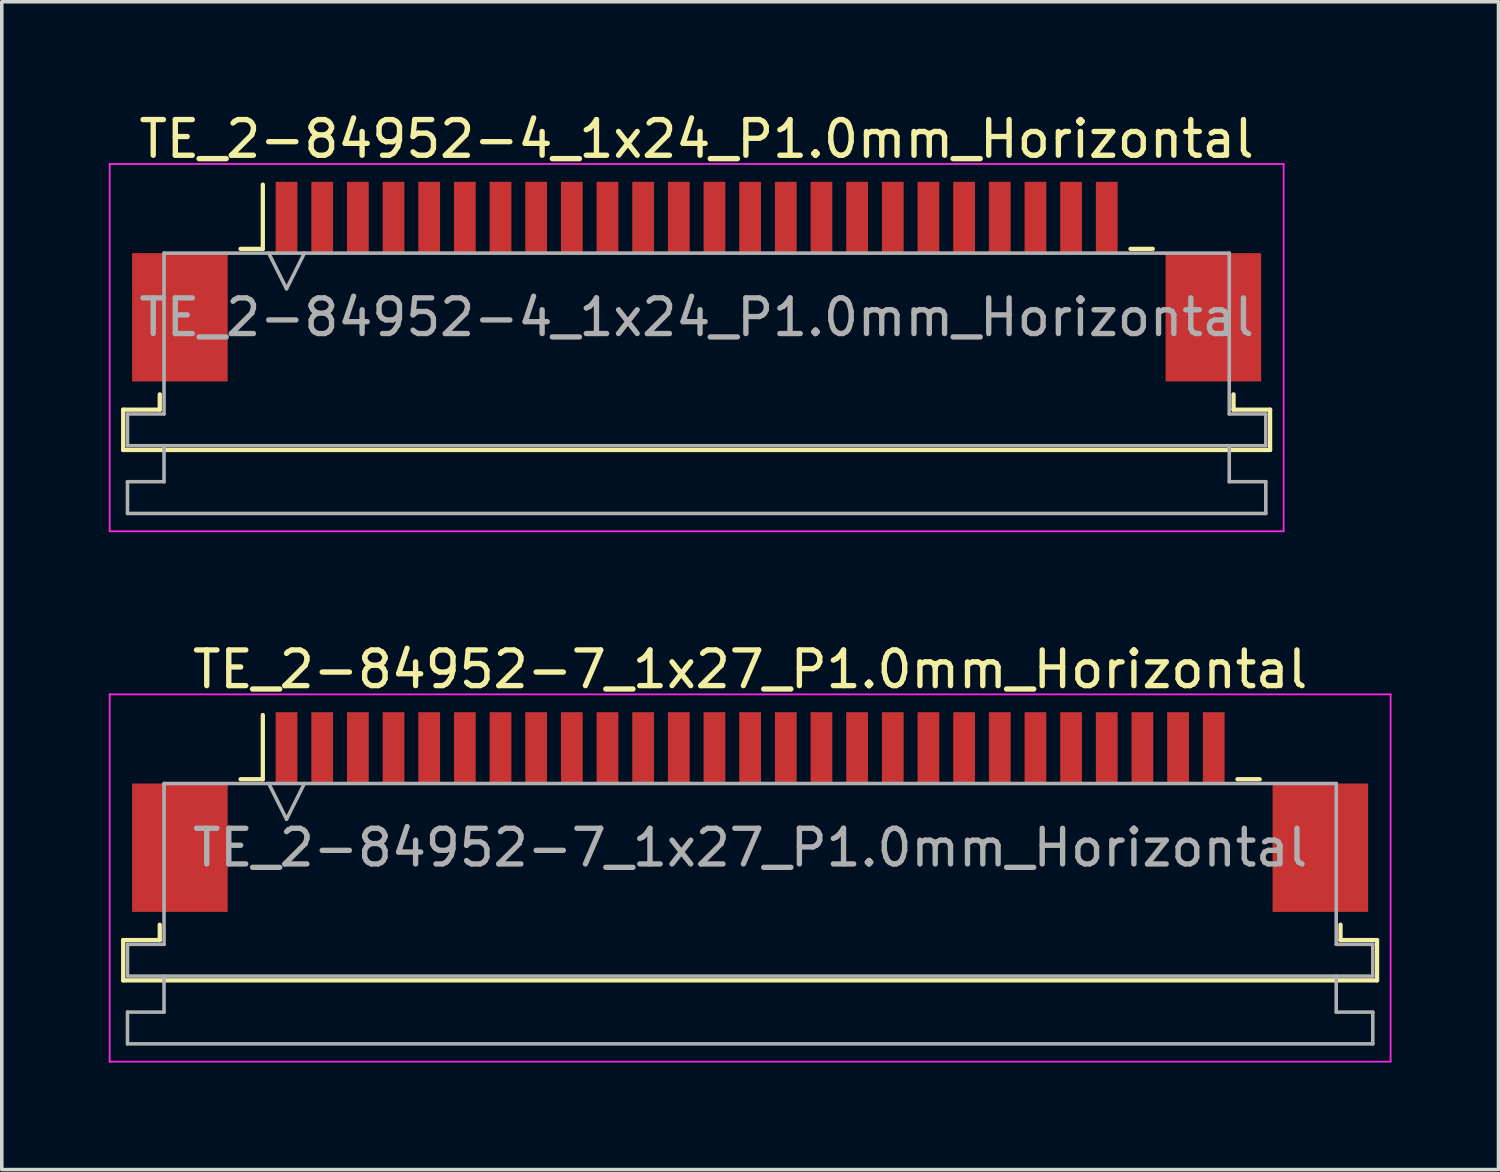
<source format=kicad_pcb>
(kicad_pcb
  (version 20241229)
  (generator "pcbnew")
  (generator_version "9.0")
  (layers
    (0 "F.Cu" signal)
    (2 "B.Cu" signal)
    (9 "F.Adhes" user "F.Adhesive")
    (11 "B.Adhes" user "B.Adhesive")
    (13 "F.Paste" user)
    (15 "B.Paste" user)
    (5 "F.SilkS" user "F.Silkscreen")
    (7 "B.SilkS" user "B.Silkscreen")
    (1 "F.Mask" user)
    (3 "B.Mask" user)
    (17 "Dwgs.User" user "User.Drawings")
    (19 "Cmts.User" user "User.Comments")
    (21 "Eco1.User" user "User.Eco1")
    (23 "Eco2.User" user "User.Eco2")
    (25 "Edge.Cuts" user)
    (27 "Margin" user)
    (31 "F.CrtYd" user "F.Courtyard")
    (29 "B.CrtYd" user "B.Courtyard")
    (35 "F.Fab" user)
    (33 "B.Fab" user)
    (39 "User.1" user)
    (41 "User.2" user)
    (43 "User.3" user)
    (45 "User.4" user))
  (footprint "TE_2-84952-7_1x27_P1.0mm_Horizontal"
    (layer "F.Cu")
    (at 17.985 19.721)
    (property "Reference" "TE_2-84952-7_1x27_P1.0mm_Horizontal" (at 0 -4 0) (layer "F.SilkS") (effects (font (size 1 1) (thickness 0.15))))
    (attr smd)
    (fp_line (start -17.58 3.59) (end -16.555 3.59) (stroke (width 0.12) (type solid)) (layer "F.SilkS"))
    (fp_line (start -17.58 4.72) (end -17.58 3.59) (stroke (width 0.12) (type solid)) (layer "F.SilkS"))
    (fp_line (start -16.555 3.59) (end -16.555 3.16) (stroke (width 0.12) (type solid)) (layer "F.SilkS"))
    (fp_line (start -14.29 -0.92) (end -13.665 -0.92) (stroke (width 0.12) (type solid)) (layer "F.SilkS"))
    (fp_line (start -13.665 -0.92) (end -13.665 -2.72) (stroke (width 0.12) (type solid)) (layer "F.SilkS"))
    (fp_line (start 13.665 -0.92) (end 14.29 -0.92) (stroke (width 0.12) (type solid)) (layer "F.SilkS"))
    (fp_line (start 16.555 3.16) (end 16.555 3.59) (stroke (width 0.12) (type solid)) (layer "F.SilkS"))
    (fp_line (start 16.555 3.59) (end 17.58 3.59) (stroke (width 0.12) (type solid)) (layer "F.SilkS"))
    (fp_line (start 17.58 3.59) (end 17.58 4.72) (stroke (width 0.12) (type solid)) (layer "F.SilkS"))
    (fp_line (start 17.58 4.72) (end -17.58 4.72) (stroke (width 0.12) (type solid)) (layer "F.SilkS"))
    (fp_line (start -17.96 -3.3) (end -17.96 7) (stroke (width 0.05) (type solid)) (layer "F.CrtYd"))
    (fp_line (start -17.96 7) (end 17.96 7) (stroke (width 0.05) (type solid)) (layer "F.CrtYd"))
    (fp_line (start 17.96 -3.3) (end -17.96 -3.3) (stroke (width 0.05) (type solid)) (layer "F.CrtYd"))
    (fp_line (start 17.96 7) (end 17.96 -3.3) (stroke (width 0.05) (type solid)) (layer "F.CrtYd"))
    (fp_line (start -17.46 3.71) (end -16.435 3.71) (stroke (width 0.1) (type solid)) (layer "F.Fab"))
    (fp_line (start -17.46 4.6) (end -17.46 3.71) (stroke (width 0.1) (type solid)) (layer "F.Fab"))
    (fp_line (start -17.46 5.61) (end -16.435 5.61) (stroke (width 0.1) (type solid)) (layer "F.Fab"))
    (fp_line (start -17.46 6.5) (end -17.46 5.61) (stroke (width 0.1) (type solid)) (layer "F.Fab"))
    (fp_line (start -16.435 -0.8) (end 16.435 -0.8) (stroke (width 0.1) (type solid)) (layer "F.Fab"))
    (fp_line (start -16.435 3.71) (end -16.435 -0.8) (stroke (width 0.1) (type solid)) (layer "F.Fab"))
    (fp_line (start -16.435 5.61) (end -16.435 4.6) (stroke (width 0.1) (type solid)) (layer "F.Fab"))
    (fp_line (start -13.5 -0.8) (end -13 0.2) (stroke (width 0.1) (type solid)) (layer "F.Fab"))
    (fp_line (start -13 0.2) (end -12.5 -0.8) (stroke (width 0.1) (type solid)) (layer "F.Fab"))
    (fp_line (start 16.435 -0.8) (end 16.435 3.71) (stroke (width 0.1) (type solid)) (layer "F.Fab"))
    (fp_line (start 16.435 3.71) (end 17.46 3.71) (stroke (width 0.1) (type solid)) (layer "F.Fab"))
    (fp_line (start 16.435 4.6) (end 16.435 5.61) (stroke (width 0.1) (type solid)) (layer "F.Fab"))
    (fp_line (start 16.435 5.61) (end 17.46 5.61) (stroke (width 0.1) (type solid)) (layer "F.Fab"))
    (fp_line (start 17.46 3.71) (end 17.46 4.6) (stroke (width 0.1) (type solid)) (layer "F.Fab"))
    (fp_line (start 17.46 4.6) (end -17.46 4.6) (stroke (width 0.1) (type solid)) (layer "F.Fab"))
    (fp_line (start 17.46 5.61) (end 17.46 6.5) (stroke (width 0.1) (type solid)) (layer "F.Fab"))
    (fp_line (start 17.46 6.5) (end -17.46 6.5) (stroke (width 0.1) (type solid)) (layer "F.Fab"))
    (fp_text user "${REFERENCE}" (at 0 1 0) (layer "F.Fab") (effects (font (size 1 1) (thickness 0.15))))
    (pad "" smd rect (at -15.99 1) (size 2.68 3.6) (layers "F.Cu" "F.Mask" "F.Paste"))
    (pad "" smd rect (at 15.99 1) (size 2.68 3.6) (layers "F.Cu" "F.Mask" "F.Paste"))
    (pad "1" smd rect (at -13 -1.8) (size 0.61 2) (layers "F.Cu" "F.Mask" "F.Paste"))
    (pad "2" smd rect (at -12 -1.8) (size 0.61 2) (layers "F.Cu" "F.Mask" "F.Paste"))
    (pad "3" smd rect (at -11 -1.8) (size 0.61 2) (layers "F.Cu" "F.Mask" "F.Paste"))
    (pad "4" smd rect (at -10 -1.8) (size 0.61 2) (layers "F.Cu" "F.Mask" "F.Paste"))
    (pad "5" smd rect (at -9 -1.8) (size 0.61 2) (layers "F.Cu" "F.Mask" "F.Paste"))
    (pad "6" smd rect (at -8 -1.8) (size 0.61 2) (layers "F.Cu" "F.Mask" "F.Paste"))
    (pad "7" smd rect (at -7 -1.8) (size 0.61 2) (layers "F.Cu" "F.Mask" "F.Paste"))
    (pad "8" smd rect (at -6 -1.8) (size 0.61 2) (layers "F.Cu" "F.Mask" "F.Paste"))
    (pad "9" smd rect (at -5 -1.8) (size 0.61 2) (layers "F.Cu" "F.Mask" "F.Paste"))
    (pad "10" smd rect (at -4 -1.8) (size 0.61 2) (layers "F.Cu" "F.Mask" "F.Paste"))
    (pad "11" smd rect (at -3 -1.8) (size 0.61 2) (layers "F.Cu" "F.Mask" "F.Paste"))
    (pad "12" smd rect (at -2 -1.8) (size 0.61 2) (layers "F.Cu" "F.Mask" "F.Paste"))
    (pad "13" smd rect (at -1 -1.8) (size 0.61 2) (layers "F.Cu" "F.Mask" "F.Paste"))
    (pad "14" smd rect (at 0 -1.8) (size 0.61 2) (layers "F.Cu" "F.Mask" "F.Paste"))
    (pad "15" smd rect (at 1 -1.8) (size 0.61 2) (layers "F.Cu" "F.Mask" "F.Paste"))
    (pad "16" smd rect (at 2 -1.8) (size 0.61 2) (layers "F.Cu" "F.Mask" "F.Paste"))
    (pad "17" smd rect (at 3 -1.8) (size 0.61 2) (layers "F.Cu" "F.Mask" "F.Paste"))
    (pad "18" smd rect (at 4 -1.8) (size 0.61 2) (layers "F.Cu" "F.Mask" "F.Paste"))
    (pad "19" smd rect (at 5 -1.8) (size 0.61 2) (layers "F.Cu" "F.Mask" "F.Paste"))
    (pad "20" smd rect (at 6 -1.8) (size 0.61 2) (layers "F.Cu" "F.Mask" "F.Paste"))
    (pad "21" smd rect (at 7 -1.8) (size 0.61 2) (layers "F.Cu" "F.Mask" "F.Paste"))
    (pad "22" smd rect (at 8 -1.8) (size 0.61 2) (layers "F.Cu" "F.Mask" "F.Paste"))
    (pad "23" smd rect (at 9 -1.8) (size 0.61 2) (layers "F.Cu" "F.Mask" "F.Paste"))
    (pad "24" smd rect (at 10 -1.8) (size 0.61 2) (layers "F.Cu" "F.Mask" "F.Paste"))
    (pad "25" smd rect (at 11 -1.8) (size 0.61 2) (layers "F.Cu" "F.Mask" "F.Paste"))
    (pad "26" smd rect (at 12 -1.8) (size 0.61 2) (layers "F.Cu" "F.Mask" "F.Paste"))
    (pad "27" smd rect (at 13 -1.8) (size 0.61 2) (layers "F.Cu" "F.Mask" "F.Paste")))
  (footprint "TE_2-84952-4_1x24_P1.0mm_Horizontal"
    (layer "F.Cu")
    (at 16.485 4.848)
    (property "Reference" "TE_2-84952-4_1x24_P1.0mm_Horizontal" (at 0 -4 0) (layer "F.SilkS") (effects (font (size 1 1) (thickness 0.15))))
    (attr smd)
    (fp_line (start -16.08 3.59) (end -15.055 3.59) (stroke (width 0.12) (type solid)) (layer "F.SilkS"))
    (fp_line (start -16.08 4.72) (end -16.08 3.59) (stroke (width 0.12) (type solid)) (layer "F.SilkS"))
    (fp_line (start -15.055 3.59) (end -15.055 3.16) (stroke (width 0.12) (type solid)) (layer "F.SilkS"))
    (fp_line (start -12.79 -0.92) (end -12.165 -0.92) (stroke (width 0.12) (type solid)) (layer "F.SilkS"))
    (fp_line (start -12.165 -0.92) (end -12.165 -2.72) (stroke (width 0.12) (type solid)) (layer "F.SilkS"))
    (fp_line (start 12.165 -0.92) (end 12.79 -0.92) (stroke (width 0.12) (type solid)) (layer "F.SilkS"))
    (fp_line (start 15.055 3.16) (end 15.055 3.59) (stroke (width 0.12) (type solid)) (layer "F.SilkS"))
    (fp_line (start 15.055 3.59) (end 16.08 3.59) (stroke (width 0.12) (type solid)) (layer "F.SilkS"))
    (fp_line (start 16.08 3.59) (end 16.08 4.72) (stroke (width 0.12) (type solid)) (layer "F.SilkS"))
    (fp_line (start 16.08 4.72) (end -16.08 4.72) (stroke (width 0.12) (type solid)) (layer "F.SilkS"))
    (fp_line (start -16.46 -3.3) (end -16.46 7) (stroke (width 0.05) (type solid)) (layer "F.CrtYd"))
    (fp_line (start -16.46 7) (end 16.46 7) (stroke (width 0.05) (type solid)) (layer "F.CrtYd"))
    (fp_line (start 16.46 -3.3) (end -16.46 -3.3) (stroke (width 0.05) (type solid)) (layer "F.CrtYd"))
    (fp_line (start 16.46 7) (end 16.46 -3.3) (stroke (width 0.05) (type solid)) (layer "F.CrtYd"))
    (fp_line (start -15.96 3.71) (end -14.935 3.71) (stroke (width 0.1) (type solid)) (layer "F.Fab"))
    (fp_line (start -15.96 4.6) (end -15.96 3.71) (stroke (width 0.1) (type solid)) (layer "F.Fab"))
    (fp_line (start -15.96 5.61) (end -14.935 5.61) (stroke (width 0.1) (type solid)) (layer "F.Fab"))
    (fp_line (start -15.96 6.5) (end -15.96 5.61) (stroke (width 0.1) (type solid)) (layer "F.Fab"))
    (fp_line (start -14.935 -0.8) (end 14.935 -0.8) (stroke (width 0.1) (type solid)) (layer "F.Fab"))
    (fp_line (start -14.935 3.71) (end -14.935 -0.8) (stroke (width 0.1) (type solid)) (layer "F.Fab"))
    (fp_line (start -14.935 5.61) (end -14.935 4.6) (stroke (width 0.1) (type solid)) (layer "F.Fab"))
    (fp_line (start -12 -0.8) (end -11.5 0.2) (stroke (width 0.1) (type solid)) (layer "F.Fab"))
    (fp_line (start -11.5 0.2) (end -11 -0.8) (stroke (width 0.1) (type solid)) (layer "F.Fab"))
    (fp_line (start 14.935 -0.8) (end 14.935 3.71) (stroke (width 0.1) (type solid)) (layer "F.Fab"))
    (fp_line (start 14.935 3.71) (end 15.96 3.71) (stroke (width 0.1) (type solid)) (layer "F.Fab"))
    (fp_line (start 14.935 4.6) (end 14.935 5.61) (stroke (width 0.1) (type solid)) (layer "F.Fab"))
    (fp_line (start 14.935 5.61) (end 15.96 5.61) (stroke (width 0.1) (type solid)) (layer "F.Fab"))
    (fp_line (start 15.96 3.71) (end 15.96 4.6) (stroke (width 0.1) (type solid)) (layer "F.Fab"))
    (fp_line (start 15.96 4.6) (end -15.96 4.6) (stroke (width 0.1) (type solid)) (layer "F.Fab"))
    (fp_line (start 15.96 5.61) (end 15.96 6.5) (stroke (width 0.1) (type solid)) (layer "F.Fab"))
    (fp_line (start 15.96 6.5) (end -15.96 6.5) (stroke (width 0.1) (type solid)) (layer "F.Fab"))
    (fp_text user "${REFERENCE}" (at 0 1 0) (layer "F.Fab") (effects (font (size 1 1) (thickness 0.15))))
    (pad "" smd rect (at -14.49 1) (size 2.68 3.6) (layers "F.Cu" "F.Mask" "F.Paste"))
    (pad "" smd rect (at 14.49 1) (size 2.68 3.6) (layers "F.Cu" "F.Mask" "F.Paste"))
    (pad "1" smd rect (at -11.5 -1.8) (size 0.61 2) (layers "F.Cu" "F.Mask" "F.Paste"))
    (pad "2" smd rect (at -10.5 -1.8) (size 0.61 2) (layers "F.Cu" "F.Mask" "F.Paste"))
    (pad "3" smd rect (at -9.5 -1.8) (size 0.61 2) (layers "F.Cu" "F.Mask" "F.Paste"))
    (pad "4" smd rect (at -8.5 -1.8) (size 0.61 2) (layers "F.Cu" "F.Mask" "F.Paste"))
    (pad "5" smd rect (at -7.5 -1.8) (size 0.61 2) (layers "F.Cu" "F.Mask" "F.Paste"))
    (pad "6" smd rect (at -6.5 -1.8) (size 0.61 2) (layers "F.Cu" "F.Mask" "F.Paste"))
    (pad "7" smd rect (at -5.5 -1.8) (size 0.61 2) (layers "F.Cu" "F.Mask" "F.Paste"))
    (pad "8" smd rect (at -4.5 -1.8) (size 0.61 2) (layers "F.Cu" "F.Mask" "F.Paste"))
    (pad "9" smd rect (at -3.5 -1.8) (size 0.61 2) (layers "F.Cu" "F.Mask" "F.Paste"))
    (pad "10" smd rect (at -2.5 -1.8) (size 0.61 2) (layers "F.Cu" "F.Mask" "F.Paste"))
    (pad "11" smd rect (at -1.5 -1.8) (size 0.61 2) (layers "F.Cu" "F.Mask" "F.Paste"))
    (pad "12" smd rect (at -0.5 -1.8) (size 0.61 2) (layers "F.Cu" "F.Mask" "F.Paste"))
    (pad "13" smd rect (at 0.5 -1.8) (size 0.61 2) (layers "F.Cu" "F.Mask" "F.Paste"))
    (pad "14" smd rect (at 1.5 -1.8) (size 0.61 2) (layers "F.Cu" "F.Mask" "F.Paste"))
    (pad "15" smd rect (at 2.5 -1.8) (size 0.61 2) (layers "F.Cu" "F.Mask" "F.Paste"))
    (pad "16" smd rect (at 3.5 -1.8) (size 0.61 2) (layers "F.Cu" "F.Mask" "F.Paste"))
    (pad "17" smd rect (at 4.5 -1.8) (size 0.61 2) (layers "F.Cu" "F.Mask" "F.Paste"))
    (pad "18" smd rect (at 5.5 -1.8) (size 0.61 2) (layers "F.Cu" "F.Mask" "F.Paste"))
    (pad "19" smd rect (at 6.5 -1.8) (size 0.61 2) (layers "F.Cu" "F.Mask" "F.Paste"))
    (pad "20" smd rect (at 7.5 -1.8) (size 0.61 2) (layers "F.Cu" "F.Mask" "F.Paste"))
    (pad "21" smd rect (at 8.5 -1.8) (size 0.61 2) (layers "F.Cu" "F.Mask" "F.Paste"))
    (pad "22" smd rect (at 9.5 -1.8) (size 0.61 2) (layers "F.Cu" "F.Mask" "F.Paste"))
    (pad "23" smd rect (at 10.5 -1.8) (size 0.61 2) (layers "F.Cu" "F.Mask" "F.Paste"))
    (pad "24" smd rect (at 11.5 -1.8) (size 0.61 2) (layers "F.Cu" "F.Mask" "F.Paste")))
  (gr_rect
    (start -3 -3)
    (end 38.97 29.747)
    (stroke (width 0.1) (type default))
    (fill no)
    (layer "Edge.Cuts")))
</source>
